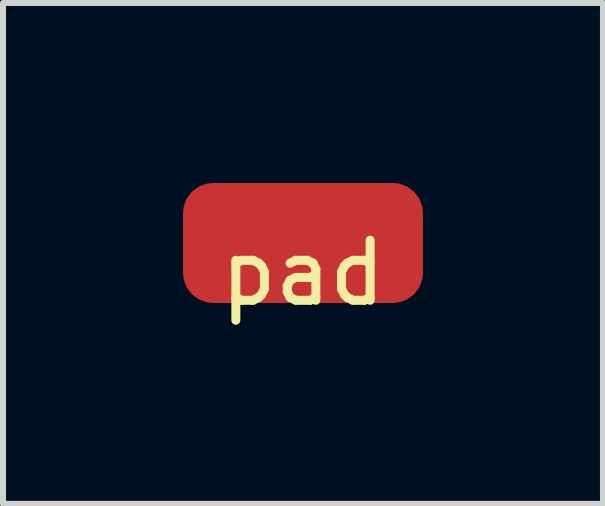
<source format=kicad_pcb>
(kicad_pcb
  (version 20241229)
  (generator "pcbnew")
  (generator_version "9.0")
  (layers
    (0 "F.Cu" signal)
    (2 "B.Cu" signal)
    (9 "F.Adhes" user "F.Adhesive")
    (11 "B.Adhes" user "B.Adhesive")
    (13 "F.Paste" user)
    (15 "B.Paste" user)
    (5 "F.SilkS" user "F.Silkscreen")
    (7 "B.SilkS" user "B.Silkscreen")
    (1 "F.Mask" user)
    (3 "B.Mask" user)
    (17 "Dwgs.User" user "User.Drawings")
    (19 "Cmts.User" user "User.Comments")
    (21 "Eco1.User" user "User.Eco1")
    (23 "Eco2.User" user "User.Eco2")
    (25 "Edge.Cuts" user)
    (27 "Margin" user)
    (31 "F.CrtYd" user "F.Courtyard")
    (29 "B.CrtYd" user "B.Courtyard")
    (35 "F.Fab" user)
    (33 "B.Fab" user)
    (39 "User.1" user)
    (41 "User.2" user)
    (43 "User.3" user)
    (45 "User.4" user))
  (footprint "pad"
    (layer "F.Cu")
    (at 2 1)
    (property "Reference" "pad" (at 0 0.5 0) (layer "F.SilkS") (effects (font (size 1 1) (thickness 0.15))))
    (attr through_hole)
    (pad "1" smd roundrect (at 0 0) (size 4 2) (layers "F.Cu" "F.Mask" "F.Paste") (roundrect_rratio 0.25)))
  (gr_rect
    (start -3 -3)
    (end 7 5.348)
    (stroke (width 0.1) (type default))
    (fill no)
    (layer "Edge.Cuts")))
</source>
